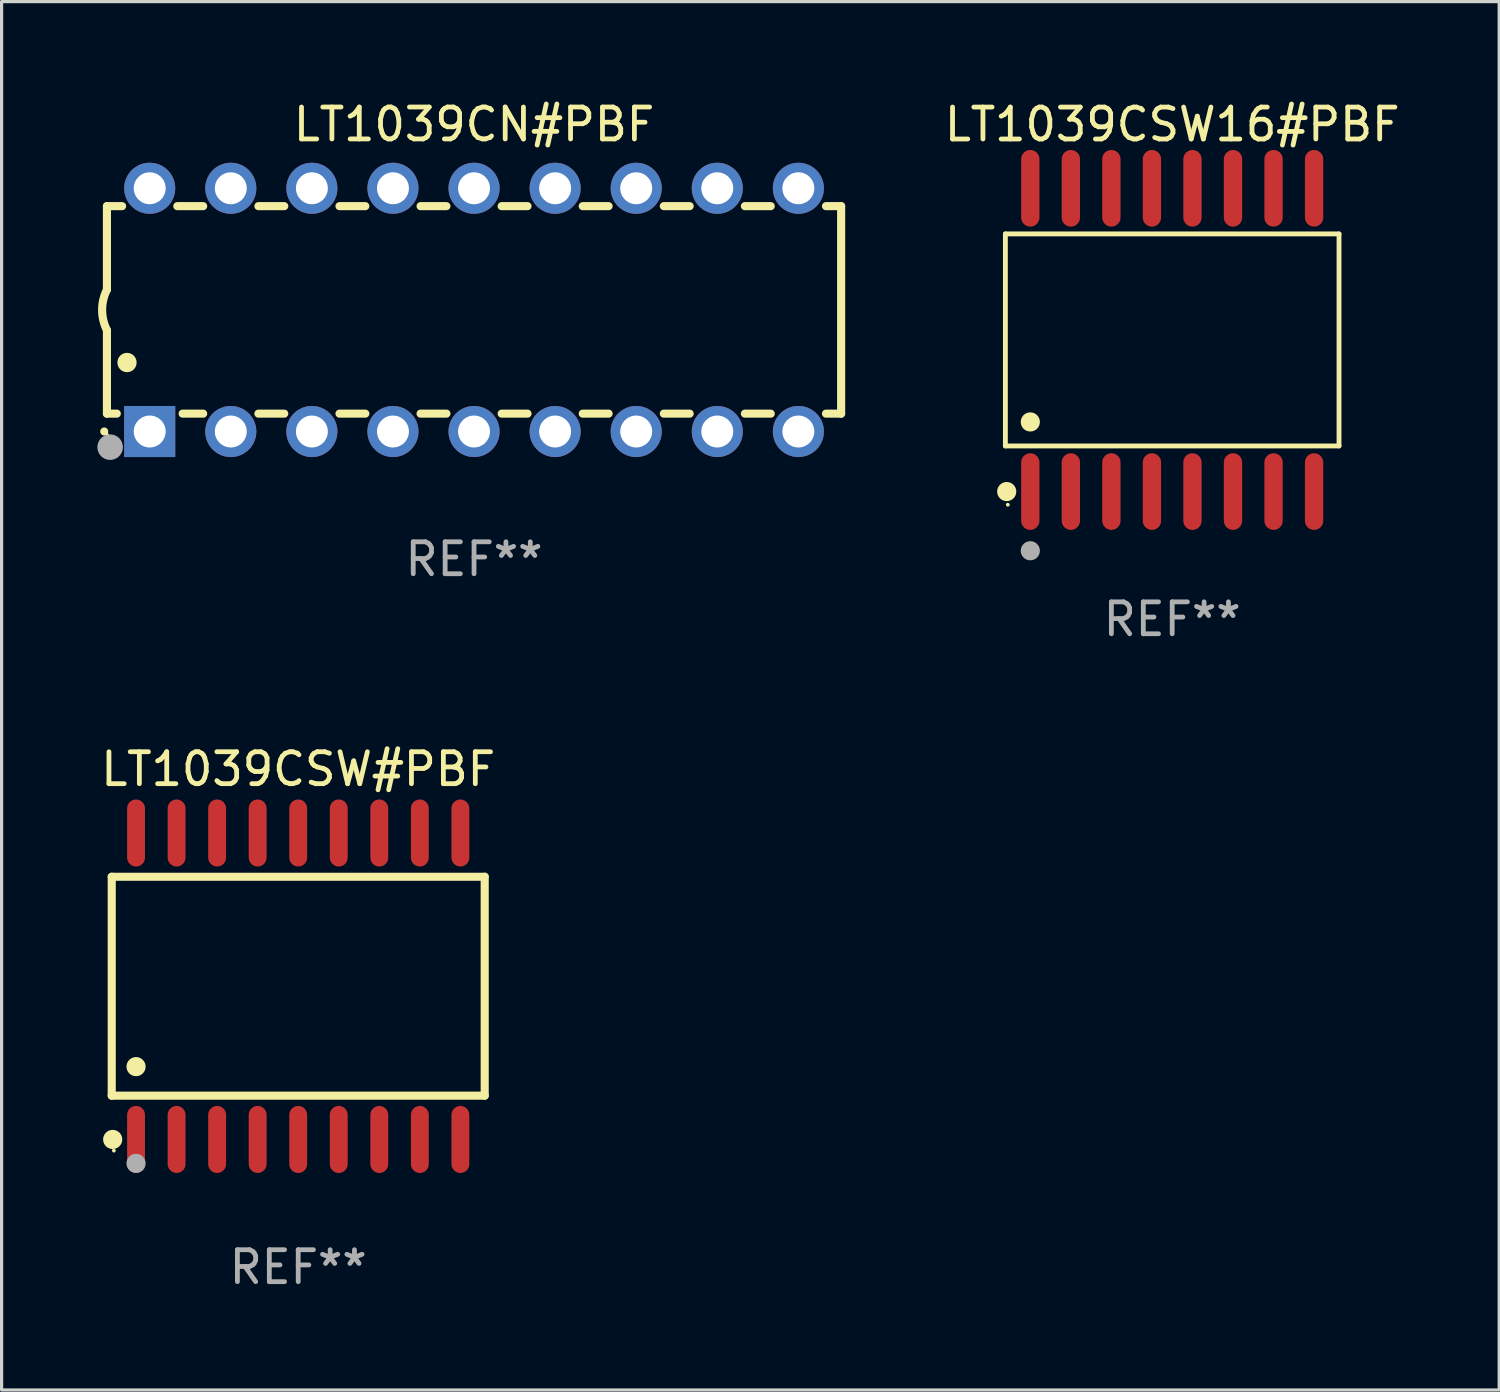
<source format=kicad_pcb>
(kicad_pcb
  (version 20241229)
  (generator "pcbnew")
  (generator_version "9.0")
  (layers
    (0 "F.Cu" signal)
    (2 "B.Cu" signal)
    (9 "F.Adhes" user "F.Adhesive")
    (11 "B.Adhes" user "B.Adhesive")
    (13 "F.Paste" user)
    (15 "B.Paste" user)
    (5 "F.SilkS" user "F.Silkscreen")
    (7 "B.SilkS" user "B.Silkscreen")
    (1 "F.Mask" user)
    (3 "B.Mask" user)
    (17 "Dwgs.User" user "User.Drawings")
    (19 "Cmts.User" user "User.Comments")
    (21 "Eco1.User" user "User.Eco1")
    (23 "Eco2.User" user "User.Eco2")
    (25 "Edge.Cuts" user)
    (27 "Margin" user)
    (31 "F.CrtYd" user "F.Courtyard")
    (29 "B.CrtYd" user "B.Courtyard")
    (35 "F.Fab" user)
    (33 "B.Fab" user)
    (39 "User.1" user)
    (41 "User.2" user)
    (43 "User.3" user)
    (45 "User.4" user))
  (footprint "LT1039CSW#PBF"
    (layer "F.Cu")
    (at 6.292 27.845)
    (property "Reference" "LT1039CSW#PBF" (at 0 -6.8 0) (layer "F.SilkS") (effects (font (size 1 1) (thickness 0.15))))
    (attr through_hole)
    (fp_line (start -5.842 -3.429) (end -5.842 3.429) (stroke (width 0.254) (type solid)) (layer "F.SilkS"))
    (fp_line (start -5.842 3.429) (end 5.842 3.429) (stroke (width 0.254) (type solid)) (layer "F.SilkS"))
    (fp_line (start 5.842 -3.429) (end -5.842 -3.429) (stroke (width 0.254) (type solid)) (layer "F.SilkS"))
    (fp_line (start 5.842 3.429) (end 5.842 -3.429) (stroke (width 0.254) (type solid)) (layer "F.SilkS"))
    (fp_circle (center -5.812 4.8) (end -5.662 4.8) (stroke (width 0.3) (type solid)) (fill no) (layer "F.SilkS"))
    (fp_circle (center -5.775 5.15) (end -5.745 5.15) (stroke (width 0.06) (type solid)) (fill no) (layer "F.SilkS"))
    (fp_circle (center -5.08 2.519) (end -4.93 2.519) (stroke (width 0.3) (type solid)) (fill no) (layer "F.SilkS"))
    (fp_circle (center -5.08 5.55) (end -4.93 5.55) (stroke (width 0.3) (type solid)) (fill no) (layer "F.Fab"))
    (fp_text user "REF**" (at 0 8.8 0) (layer "F.Fab") (effects (font (size 1 1) (thickness 0.15))))
    (pad "1" smd oval (at -5.08 4.8) (size 0.56 2.1) (layers "F.Cu" "F.Mask" "F.Paste"))
    (pad "2" smd oval (at -3.81 4.8) (size 0.56 2.1) (layers "F.Cu" "F.Mask" "F.Paste"))
    (pad "3" smd oval (at -2.54 4.8) (size 0.56 2.1) (layers "F.Cu" "F.Mask" "F.Paste"))
    (pad "4" smd oval (at -1.27 4.8) (size 0.56 2.1) (layers "F.Cu" "F.Mask" "F.Paste"))
    (pad "5" smd oval (at 0 4.8) (size 0.56 2.1) (layers "F.Cu" "F.Mask" "F.Paste"))
    (pad "6" smd oval (at 1.27 4.8) (size 0.56 2.1) (layers "F.Cu" "F.Mask" "F.Paste"))
    (pad "7" smd oval (at 2.54 4.8) (size 0.56 2.1) (layers "F.Cu" "F.Mask" "F.Paste"))
    (pad "8" smd oval (at 3.81 4.8) (size 0.56 2.1) (layers "F.Cu" "F.Mask" "F.Paste"))
    (pad "9" smd oval (at 5.08 4.8) (size 0.56 2.1) (layers "F.Cu" "F.Mask" "F.Paste"))
    (pad "10" smd oval (at 5.08 -4.8) (size 0.56 2.1) (layers "F.Cu" "F.Mask" "F.Paste"))
    (pad "11" smd oval (at 3.81 -4.8) (size 0.56 2.1) (layers "F.Cu" "F.Mask" "F.Paste"))
    (pad "12" smd oval (at 2.54 -4.8) (size 0.56 2.1) (layers "F.Cu" "F.Mask" "F.Paste"))
    (pad "13" smd oval (at 1.27 -4.8) (size 0.56 2.1) (layers "F.Cu" "F.Mask" "F.Paste"))
    (pad "14" smd oval (at 0 -4.8) (size 0.56 2.1) (layers "F.Cu" "F.Mask" "F.Paste"))
    (pad "15" smd oval (at -1.27 -4.8) (size 0.56 2.1) (layers "F.Cu" "F.Mask" "F.Paste"))
    (pad "16" smd oval (at -2.54 -4.8) (size 0.56 2.1) (layers "F.Cu" "F.Mask" "F.Paste"))
    (pad "17" smd oval (at -3.81 -4.8) (size 0.56 2.1) (layers "F.Cu" "F.Mask" "F.Paste"))
    (pad "18" smd oval (at -5.08 -4.8) (size 0.56 2.1) (layers "F.Cu" "F.Mask" "F.Paste")))
  (footprint "LT1039CN#PBF"
    (layer "F.Cu")
    (at 11.8 6.658)
    (property "Reference" "LT1039CN#PBF" (at 0 -5.81 0) (layer "F.SilkS") (effects (font (size 1 1) (thickness 0.15))))
    (attr through_hole)
    (fp_line (start -11.5 -3.25) (end -11.5 -0.635) (stroke (width 0.254) (type solid)) (layer "F.SilkS"))
    (fp_line (start -11.5 3.25) (end -11.5 0.635) (stroke (width 0.254) (type solid)) (layer "F.SilkS"))
    (fp_line (start -11.5 3.25) (end -11.191 3.25) (stroke (width 0.254) (type solid)) (layer "F.SilkS"))
    (fp_line (start -11.025 -3.25) (end -11.5 -3.25) (stroke (width 0.254) (type solid)) (layer "F.SilkS"))
    (fp_line (start -9.129 3.25) (end -8.485 3.25) (stroke (width 0.254) (type solid)) (layer "F.SilkS"))
    (fp_line (start -8.485 -3.25) (end -9.295 -3.25) (stroke (width 0.254) (type solid)) (layer "F.SilkS"))
    (fp_line (start -6.755 3.25) (end -5.945 3.25) (stroke (width 0.254) (type solid)) (layer "F.SilkS"))
    (fp_line (start -5.945 -3.25) (end -6.755 -3.25) (stroke (width 0.254) (type solid)) (layer "F.SilkS"))
    (fp_line (start -4.215 3.25) (end -3.405 3.25) (stroke (width 0.254) (type solid)) (layer "F.SilkS"))
    (fp_line (start -3.405 -3.25) (end -4.215 -3.25) (stroke (width 0.254) (type solid)) (layer "F.SilkS"))
    (fp_line (start -1.675 3.25) (end -0.865 3.25) (stroke (width 0.254) (type solid)) (layer "F.SilkS"))
    (fp_line (start -0.865 -3.25) (end -1.675 -3.25) (stroke (width 0.254) (type solid)) (layer "F.SilkS"))
    (fp_line (start 0.865 3.25) (end 1.675 3.25) (stroke (width 0.254) (type solid)) (layer "F.SilkS"))
    (fp_line (start 1.675 -3.25) (end 0.865 -3.25) (stroke (width 0.254) (type solid)) (layer "F.SilkS"))
    (fp_line (start 3.405 3.25) (end 4.215 3.25) (stroke (width 0.254) (type solid)) (layer "F.SilkS"))
    (fp_line (start 4.215 -3.25) (end 3.405 -3.25) (stroke (width 0.254) (type solid)) (layer "F.SilkS"))
    (fp_line (start 5.945 3.25) (end 6.755 3.25) (stroke (width 0.254) (type solid)) (layer "F.SilkS"))
    (fp_line (start 6.755 -3.25) (end 5.945 -3.25) (stroke (width 0.254) (type solid)) (layer "F.SilkS"))
    (fp_line (start 8.485 3.25) (end 9.295 3.25) (stroke (width 0.254) (type solid)) (layer "F.SilkS"))
    (fp_line (start 9.295 -3.25) (end 8.485 -3.25) (stroke (width 0.254) (type solid)) (layer "F.SilkS"))
    (fp_line (start 11.025 3.25) (end 11.5 3.25) (stroke (width 0.254) (type solid)) (layer "F.SilkS"))
    (fp_line (start 11.5 -3.25) (end 11.025 -3.25) (stroke (width 0.254) (type solid)) (layer "F.SilkS"))
    (fp_line (start 11.5 -3.25) (end 11.5 3.25) (stroke (width 0.254) (type solid)) (layer "F.SilkS"))
    (fp_arc (start -11.584963 3.810008) (mid -11.58497 3.808738) (end -11.584963 3.807468) (stroke (width 0.25) (type solid)) (layer "F.SilkS"))
    (fp_arc (start -11.501143 0.635001) (mid -11.650665 -0.000132) (end -11.500025 -0.635001) (stroke (width 0.254001) (type solid)) (layer "F.SilkS"))
    (fp_arc (start -10.871222 1.651003) (mid -10.871233 1.648463) (end -10.871222 1.645923) (stroke (width 0.6) (type solid)) (layer "F.SilkS"))
    (fp_circle (center -11.5 3.91) (end -11.47 3.91) (stroke (width 0.06) (type solid)) (fill no) (layer "F.SilkS"))
    (fp_circle (center -11.4 4.3) (end -11.2 4.3) (stroke (width 0.4) (type solid)) (fill no) (layer "F.Fab"))
    (fp_text user "REF**" (at 0 7.81 0) (layer "F.Fab") (effects (font (size 1 1) (thickness 0.15))))
    (pad "1" thru_hole rect (at -10.16 3.81 90) (size 1.6 1.6) (drill 1) (layers "*.Cu" "*.Mask"))
    (pad "2" thru_hole circle (at -7.62 3.81 90) (size 1.6 1.6) (drill 1) (layers "*.Cu" "*.Mask"))
    (pad "3" thru_hole circle (at -5.08 3.81 90) (size 1.6 1.6) (drill 1) (layers "*.Cu" "*.Mask"))
    (pad "4" thru_hole circle (at -2.54 3.81 90) (size 1.6 1.6) (drill 1) (layers "*.Cu" "*.Mask"))
    (pad "5" thru_hole circle (at 0 3.81 90) (size 1.6 1.6) (drill 1) (layers "*.Cu" "*.Mask"))
    (pad "6" thru_hole circle (at 2.54 3.81 90) (size 1.6 1.6) (drill 1) (layers "*.Cu" "*.Mask"))
    (pad "7" thru_hole circle (at 5.08 3.81 90) (size 1.6 1.6) (drill 1) (layers "*.Cu" "*.Mask"))
    (pad "8" thru_hole circle (at 7.62 3.81 90) (size 1.6 1.6) (drill 1) (layers "*.Cu" "*.Mask"))
    (pad "9" thru_hole circle (at 10.16 3.81 90) (size 1.6 1.6) (drill 1) (layers "*.Cu" "*.Mask"))
    (pad "10" thru_hole circle (at 10.16 -3.81 90) (size 1.6 1.6) (drill 1) (layers "*.Cu" "*.Mask"))
    (pad "11" thru_hole circle (at 7.62 -3.81 90) (size 1.6 1.6) (drill 1) (layers "*.Cu" "*.Mask"))
    (pad "12" thru_hole circle (at 5.08 -3.81 90) (size 1.6 1.6) (drill 1) (layers "*.Cu" "*.Mask"))
    (pad "13" thru_hole circle (at 2.54 -3.81 90) (size 1.6 1.6) (drill 1) (layers "*.Cu" "*.Mask"))
    (pad "14" thru_hole circle (at 0 -3.81 90) (size 1.6 1.6) (drill 1) (layers "*.Cu" "*.Mask"))
    (pad "15" thru_hole circle (at -2.54 -3.81 90) (size 1.6 1.6) (drill 1) (layers "*.Cu" "*.Mask"))
    (pad "16" thru_hole circle (at -5.08 -3.81 90) (size 1.6 1.6) (drill 1) (layers "*.Cu" "*.Mask"))
    (pad "17" thru_hole circle (at -7.62 -3.81 90) (size 1.6 1.6) (drill 1) (layers "*.Cu" "*.Mask"))
    (pad "18" thru_hole circle (at -10.16 -3.81 90) (size 1.6 1.6) (drill 1) (layers "*.Cu" "*.Mask")))
  (footprint "LT1039CSW16#PBF"
    (layer "F.Cu")
    (at 33.671 7.599)
    (property "Reference" "LT1039CSW16#PBF" (at 0 -6.75 0) (layer "F.SilkS") (effects (font (size 1 1) (thickness 0.15))))
    (attr through_hole)
    (fp_line (start -5.226 -3.321) (end 5.226 -3.321) (stroke (width 0.152) (type solid)) (layer "F.SilkS"))
    (fp_line (start -5.226 3.321) (end -5.226 -3.321) (stroke (width 0.152) (type solid)) (layer "F.SilkS"))
    (fp_line (start 5.226 -3.321) (end 5.226 3.321) (stroke (width 0.152) (type solid)) (layer "F.SilkS"))
    (fp_line (start 5.226 3.321) (end -5.226 3.321) (stroke (width 0.152) (type solid)) (layer "F.SilkS"))
    (fp_circle (center -5.184 4.75) (end -5.034 4.75) (stroke (width 0.3) (type solid)) (fill no) (layer "F.SilkS"))
    (fp_circle (center -5.15 5.162) (end -5.12 5.162) (stroke (width 0.06) (type solid)) (fill no) (layer "F.SilkS"))
    (fp_circle (center -4.445 2.569) (end -4.295 2.569) (stroke (width 0.3) (type solid)) (fill no) (layer "F.SilkS"))
    (fp_circle (center -4.445 6.604) (end -4.295 6.604) (stroke (width 0.3) (type solid)) (fill no) (layer "F.Fab"))
    (fp_text user "REF**" (at 0 8.75 0) (layer "F.Fab") (effects (font (size 1 1) (thickness 0.15))))
    (pad "1" smd oval (at -4.445 4.75) (size 0.574 2.401) (layers "F.Cu" "F.Mask" "F.Paste"))
    (pad "2" smd oval (at -3.175 4.75) (size 0.574 2.401) (layers "F.Cu" "F.Mask" "F.Paste"))
    (pad "3" smd oval (at -1.905 4.75) (size 0.574 2.401) (layers "F.Cu" "F.Mask" "F.Paste"))
    (pad "4" smd oval (at -0.635 4.75) (size 0.574 2.401) (layers "F.Cu" "F.Mask" "F.Paste"))
    (pad "5" smd oval (at 0.635 4.75) (size 0.574 2.401) (layers "F.Cu" "F.Mask" "F.Paste"))
    (pad "6" smd oval (at 1.905 4.75) (size 0.574 2.401) (layers "F.Cu" "F.Mask" "F.Paste"))
    (pad "7" smd oval (at 3.175 4.75) (size 0.574 2.401) (layers "F.Cu" "F.Mask" "F.Paste"))
    (pad "8" smd oval (at 4.445 4.75) (size 0.574 2.401) (layers "F.Cu" "F.Mask" "F.Paste"))
    (pad "9" smd oval (at 4.445 -4.75) (size 0.574 2.401) (layers "F.Cu" "F.Mask" "F.Paste"))
    (pad "10" smd oval (at 3.175 -4.75) (size 0.574 2.401) (layers "F.Cu" "F.Mask" "F.Paste"))
    (pad "11" smd oval (at 1.905 -4.75) (size 0.574 2.401) (layers "F.Cu" "F.Mask" "F.Paste"))
    (pad "12" smd oval (at 0.635 -4.75) (size 0.574 2.401) (layers "F.Cu" "F.Mask" "F.Paste"))
    (pad "13" smd oval (at -0.635 -4.75) (size 0.574 2.401) (layers "F.Cu" "F.Mask" "F.Paste"))
    (pad "14" smd oval (at -1.905 -4.75) (size 0.574 2.401) (layers "F.Cu" "F.Mask" "F.Paste"))
    (pad "15" smd oval (at -3.175 -4.75) (size 0.574 2.401) (layers "F.Cu" "F.Mask" "F.Paste"))
    (pad "16" smd oval (at -4.445 -4.75) (size 0.574 2.401) (layers "F.Cu" "F.Mask" "F.Paste")))
  (gr_rect
    (start -3 -3)
    (end 43.915 40.494)
    (stroke (width 0.1) (type default))
    (fill no)
    (layer "Edge.Cuts")))
</source>
